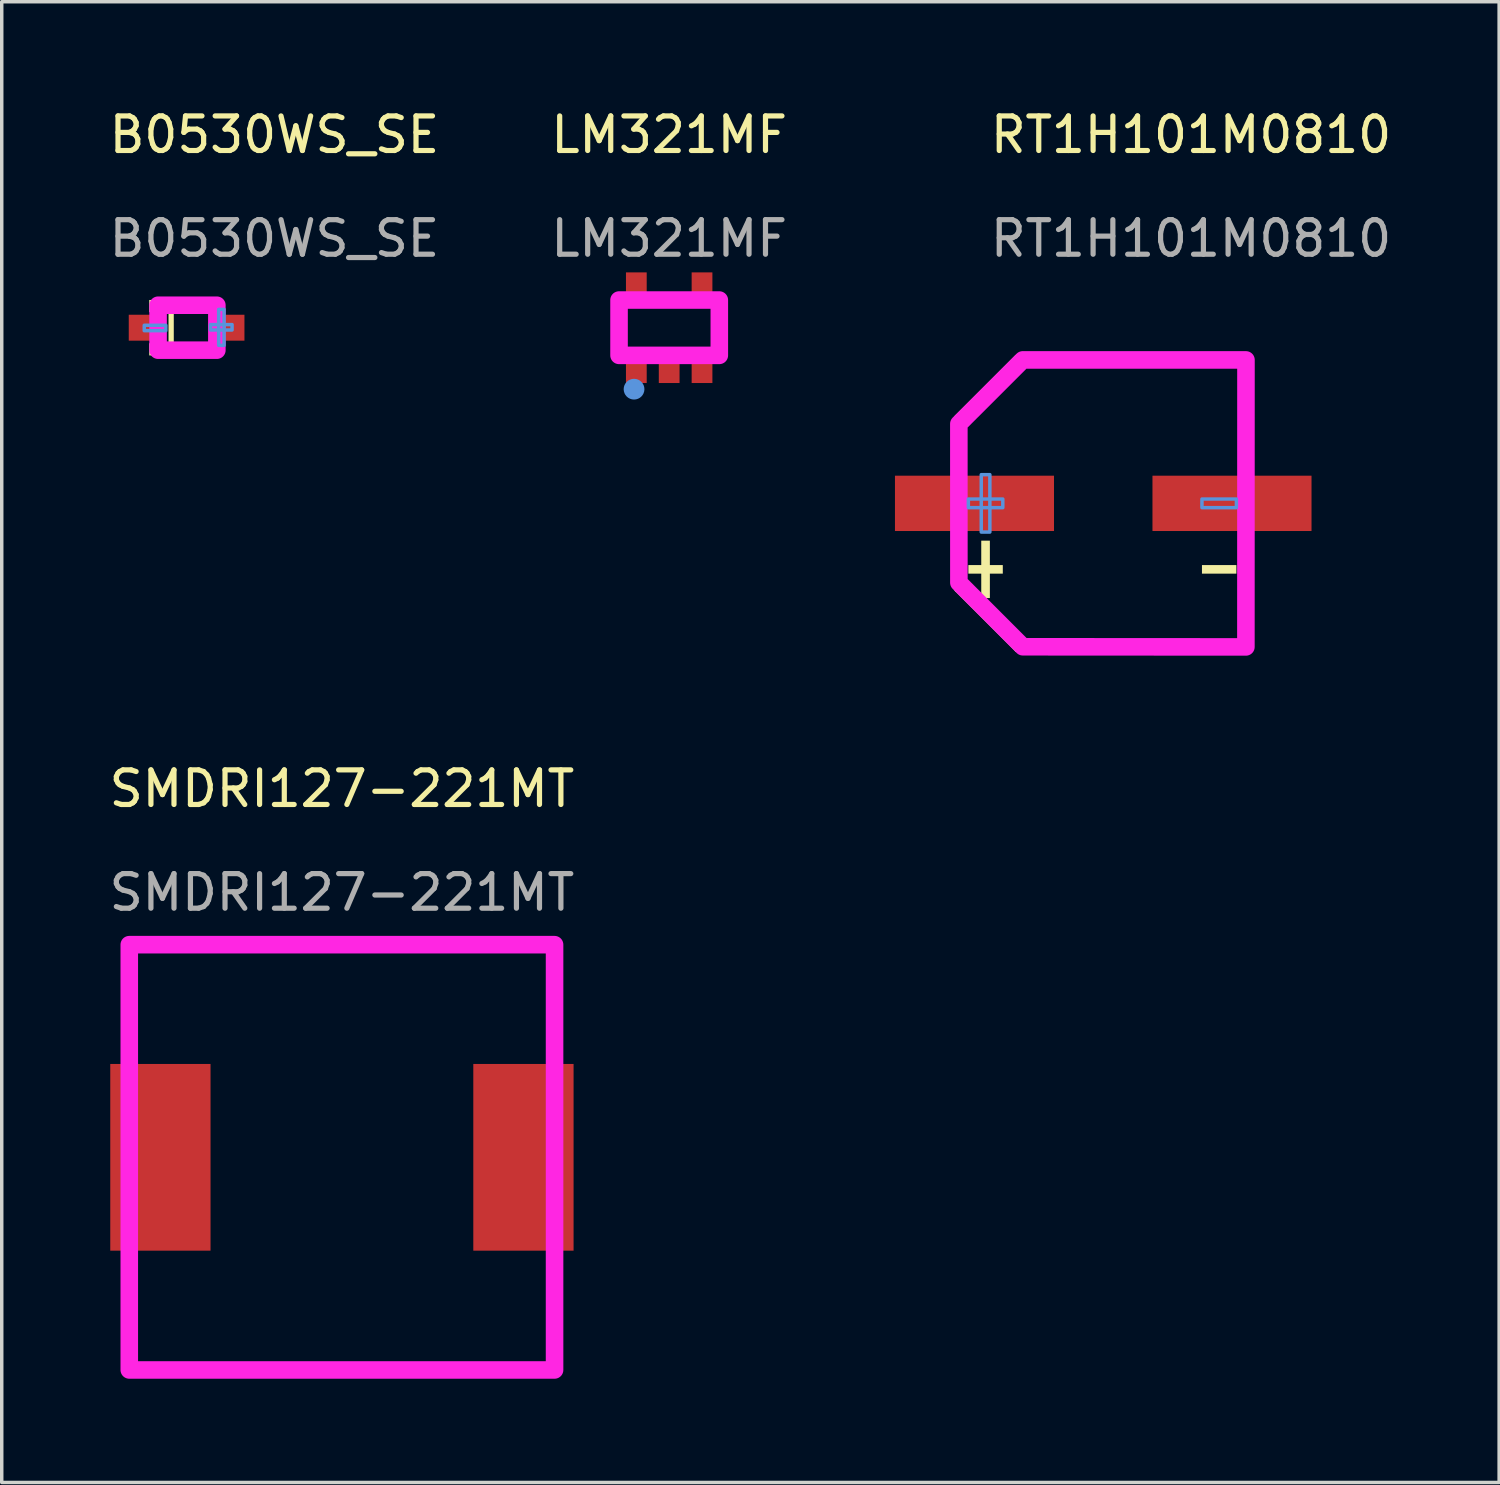
<source format=kicad_pcb>
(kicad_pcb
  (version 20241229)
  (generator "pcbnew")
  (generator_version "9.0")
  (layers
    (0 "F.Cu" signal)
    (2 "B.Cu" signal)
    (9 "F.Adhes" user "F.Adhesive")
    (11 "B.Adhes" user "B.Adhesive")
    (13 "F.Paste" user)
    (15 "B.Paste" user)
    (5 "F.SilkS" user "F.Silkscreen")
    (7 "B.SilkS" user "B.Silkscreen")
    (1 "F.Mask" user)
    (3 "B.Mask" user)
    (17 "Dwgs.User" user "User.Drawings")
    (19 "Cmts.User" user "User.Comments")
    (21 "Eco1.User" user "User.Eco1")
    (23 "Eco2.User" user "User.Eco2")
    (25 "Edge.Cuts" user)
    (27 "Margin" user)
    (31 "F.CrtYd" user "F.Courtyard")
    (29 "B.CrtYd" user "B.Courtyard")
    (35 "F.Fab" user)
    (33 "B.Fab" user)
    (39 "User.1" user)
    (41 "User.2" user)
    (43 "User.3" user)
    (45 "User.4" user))
  (footprint "LM321MF"
    (layer "F.Cu")
    (at 16.304 1.348)
    (property "Reference" "LM321MF" (at 0 -0.5 0) (unlocked yes) (layer "F.SilkS") (effects (font (size 1 1) (thickness 0.15))))
    (attr smd)
    (fp_line (start -1.524 4.381) (end -1.524 5.779) (stroke (width 0.254) (type solid)) (layer "F.SilkS"))
    (fp_line (start -0.381 4.191) (end 0.381 4.191) (stroke (width 0.254) (type solid)) (layer "F.SilkS"))
    (fp_line (start 1.397 4.658) (end 1.397 5.502) (stroke (width 0.254) (type solid)) (layer "F.SilkS"))
    (fp_circle (center -1.016 6.858) (end -1.016 7.008) (stroke (width 0.3) (type solid)) (fill no) (layer "Cmts.User"))
    (fp_poly (pts (xy -1.45 5.88) (xy -1.45 4.28) (xy 1.45 4.28) (xy 1.45 5.88)) (stroke (width 0.508) (type solid)) (fill no) (layer "F.CrtYd"))
    (fp_text user "${REFERENCE}" (at 0 2.5 0) (unlocked yes) (layer "F.Fab") (effects (font (size 1 1) (thickness 0.15))))
    (pad "1" smd rect (at -0.95 6.18) (size 0.6 1) (layers "F.Cu" "F.Mask" "F.Paste"))
    (pad "2" smd rect (at 0 6.18) (size 0.6 1) (layers "F.Cu" "F.Mask" "F.Paste"))
    (pad "3" smd rect (at 0.95 6.18) (size 0.6 1) (layers "F.Cu" "F.Mask" "F.Paste"))
    (pad "4" smd rect (at 0.95 3.98) (size 0.6 1) (layers "F.Cu" "F.Mask" "F.Paste"))
    (pad "5" smd rect (at -0.95 3.98) (size 0.6 1) (layers "F.Cu" "F.Mask" "F.Paste")))
  (footprint "SMDRI127-221MT"
    (layer "F.Cu")
    (at 6.839 20.262)
    (property "Reference" "SMDRI127-221MT" (at 0 -0.5 0) (unlocked yes) (layer "F.SilkS") (effects (font (size 1 1) (thickness 0.15))))
    (attr smd)
    (fp_line (start -6.15 4.01) (end -6.15 7.229) (stroke (width 0.254) (type solid)) (layer "F.SilkS"))
    (fp_line (start -6.15 4.01) (end 6.15 4.01) (stroke (width 0.254) (type solid)) (layer "F.SilkS"))
    (fp_line (start -6.15 13.091) (end -6.15 16.31) (stroke (width 0.254) (type solid)) (layer "F.SilkS"))
    (fp_line (start -6.15 16.31) (end 6.15 16.31) (stroke (width 0.254) (type solid)) (layer "F.SilkS"))
    (fp_line (start 6.15 7.229) (end 6.15 4.01) (stroke (width 0.254) (type solid)) (layer "F.SilkS"))
    (fp_line (start 6.15 16.31) (end 6.15 13.091) (stroke (width 0.254) (type solid)) (layer "F.SilkS"))
    (fp_poly (pts (xy -6.15 4.01) (xy 6.15 4.01) (xy 6.15 16.31) (xy -6.15 16.31)) (stroke (width 0.508) (type solid)) (fill no) (layer "F.CrtYd"))
    (fp_text user "${REFERENCE}" (at 0 2.5 0) (unlocked yes) (layer "F.Fab") (effects (font (size 1 1) (thickness 0.15))))
    (pad "1" smd rect (at -5.25 10.16) (size 2.9 5.4) (layers "F.Cu" "F.Mask" "F.Paste"))
    (pad "2" smd rect (at 5.25 10.16) (size 2.9 5.4) (layers "F.Cu" "F.Mask" "F.Paste")))
  (footprint "B0530WS_SE"
    (layer "F.Cu")
    (at 4.887 1.348)
    (property "Reference" "B0530WS_SE" (at 0 -0.5 0) (unlocked yes) (layer "F.SilkS") (effects (font (size 1 1) (thickness 0.15))))
    (attr smd)
    (fp_line (start -3.391 4.354) (end -1.639 4.354) (stroke (width 0.152) (type solid)) (layer "F.SilkS"))
    (fp_line (start -3.391 5.806) (end -1.639 5.806) (stroke (width 0.152) (type solid)) (layer "F.SilkS"))
    (fp_line (start -2.987 4.354) (end -2.987 5.806) (stroke (width 0.152) (type solid)) (layer "F.SilkS"))
    (fp_line (start -1.639 4.354) (end -1.639 4.55) (stroke (width 0.152) (type solid)) (layer "F.SilkS"))
    (fp_line (start -1.639 5.806) (end -1.639 5.6) (stroke (width 0.152) (type solid)) (layer "F.SilkS"))
    (fp_poly (pts (xy -3.315 4.278) (xy -3.315 4.63) (xy -3.62 4.63) (xy -3.62 4.278)) (stroke (width 0) (type solid)) (fill yes) (layer "F.SilkS"))
    (fp_poly (pts (xy -3.315 5.882) (xy -3.315 5.53) (xy -3.62 5.53) (xy -3.62 5.882)) (stroke (width 0) (type solid)) (fill yes) (layer "F.SilkS"))
    (fp_poly (pts (xy -3.765 5.01) (xy -3.765 5.166) (xy -3.141 5.166) (xy -3.141 5.01)) (stroke (width 0.1) (type solid)) (fill no) (layer "Cmts.User"))
    (fp_poly (pts (xy -1.457 4.55) (xy -1.457 5.59) (xy -1.613 5.59) (xy -1.613 4.55)) (stroke (width 0.1) (type solid)) (fill no) (layer "Cmts.User"))
    (fp_poly (pts (xy -1.225 4.99) (xy -1.225 5.146) (xy -1.849 5.146) (xy -1.849 4.99)) (stroke (width 0.1) (type solid)) (fill no) (layer "Cmts.User"))
    (fp_poly (pts (xy -1.665 4.43) (xy -1.665 5.73) (xy -3.365 5.73) (xy -3.365 4.43)) (stroke (width 0.508) (type solid)) (fill no) (layer "F.CrtYd"))
    (fp_text user "${REFERENCE}" (at 0 2.5 0) (unlocked yes) (layer "F.Fab") (effects (font (size 1 1) (thickness 0.15))))
    (pad "1" smd rect (at -3.713 5.08) (size 1 0.75) (layers "F.Cu" "F.Mask" "F.Paste"))
    (pad "2" smd rect (at -1.367 5.08) (size 1 0.75) (layers "F.Cu" "F.Mask" "F.Paste")))
  (footprint "RT1H101M0810"
    (layer "F.Cu")
    (at 31.398 1.348)
    (property "Reference" "RT1H101M0810" (at 0 -0.5 0) (unlocked yes) (layer "F.SilkS") (effects (font (size 1 1) (thickness 0.15))))
    (attr smd)
    (fp_line (start -6.767 7.67) (end -6.767 9.378) (stroke (width 0.152) (type solid)) (layer "F.SilkS"))
    (fp_line (start -6.767 12.65) (end -6.767 10.942) (stroke (width 0.152) (type solid)) (layer "F.SilkS"))
    (fp_line (start -5.03 5.934) (end -6.767 7.67) (stroke (width 0.152) (type solid)) (layer "F.SilkS"))
    (fp_line (start -5.03 14.386) (end -6.767 12.65) (stroke (width 0.152) (type solid)) (layer "F.SilkS"))
    (fp_line (start 1.636 5.934) (end -5.03 5.934) (stroke (width 0.152) (type solid)) (layer "F.SilkS"))
    (fp_line (start 1.636 9.378) (end 1.636 5.934) (stroke (width 0.152) (type solid)) (layer "F.SilkS"))
    (fp_line (start 1.636 10.942) (end 1.636 14.386) (stroke (width 0.152) (type solid)) (layer "F.SilkS"))
    (fp_line (start 1.636 14.386) (end -5.03 14.386) (stroke (width 0.152) (type solid)) (layer "F.SilkS"))
    (fp_poly (pts (xy -6.441 11.945) (xy -6.441 12.193) (xy -5.445 12.193) (xy -5.445 11.945)) (stroke (width 0) (type solid)) (fill yes) (layer "F.SilkS"))
    (fp_poly (pts (xy -6.068 11.239) (xy -6.068 12.899) (xy -5.819 12.899) (xy -5.819 11.239)) (stroke (width 0) (type solid)) (fill yes) (layer "F.SilkS"))
    (fp_poly (pts (xy 1.311 11.945) (xy 1.311 12.193) (xy 0.315 12.193) (xy 0.315 11.945)) (stroke (width 0) (type solid)) (fill yes) (layer "F.SilkS"))
    (fp_poly (pts (xy -6.441 10.035) (xy -6.441 10.285) (xy -5.445 10.285) (xy -5.445 10.035)) (stroke (width 0.1) (type solid)) (fill no) (layer "Cmts.User"))
    (fp_poly (pts (xy -6.068 9.33) (xy -6.068 10.99) (xy -5.819 10.99) (xy -5.819 9.33)) (stroke (width 0.1) (type solid)) (fill no) (layer "Cmts.User"))
    (fp_poly (pts (xy 1.311 10.035) (xy 1.311 10.285) (xy 0.315 10.285) (xy 0.315 10.035)) (stroke (width 0.1) (type solid)) (fill no) (layer "Cmts.User"))
    (fp_poly (pts (xy -4.861 6.012) (xy 1.588 6.012) (xy 1.586 14.312) (xy -4.864 14.308) (xy -6.715 12.454) (xy -6.716 7.861) (xy -4.866 6.011)) (stroke (width 0.508) (type solid)) (fill no) (layer "F.CrtYd"))
    (fp_text user "${REFERENCE}" (at 0 2.5 0) (unlocked yes) (layer "F.Fab") (effects (font (size 1 1) (thickness 0.15))))
    (pad "1" smd rect (at -6.264 10.16) (size 4.6 1.6) (layers "F.Cu" "F.Mask" "F.Paste"))
    (pad "2" smd rect (at 1.184 10.16) (size 4.6 1.6) (layers "F.Cu" "F.Mask" "F.Paste")))
  (gr_rect
    (start -3 -3)
    (end 40.308 39.826)
    (stroke (width 0.1) (type default))
    (fill no)
    (layer "Edge.Cuts")))
</source>
